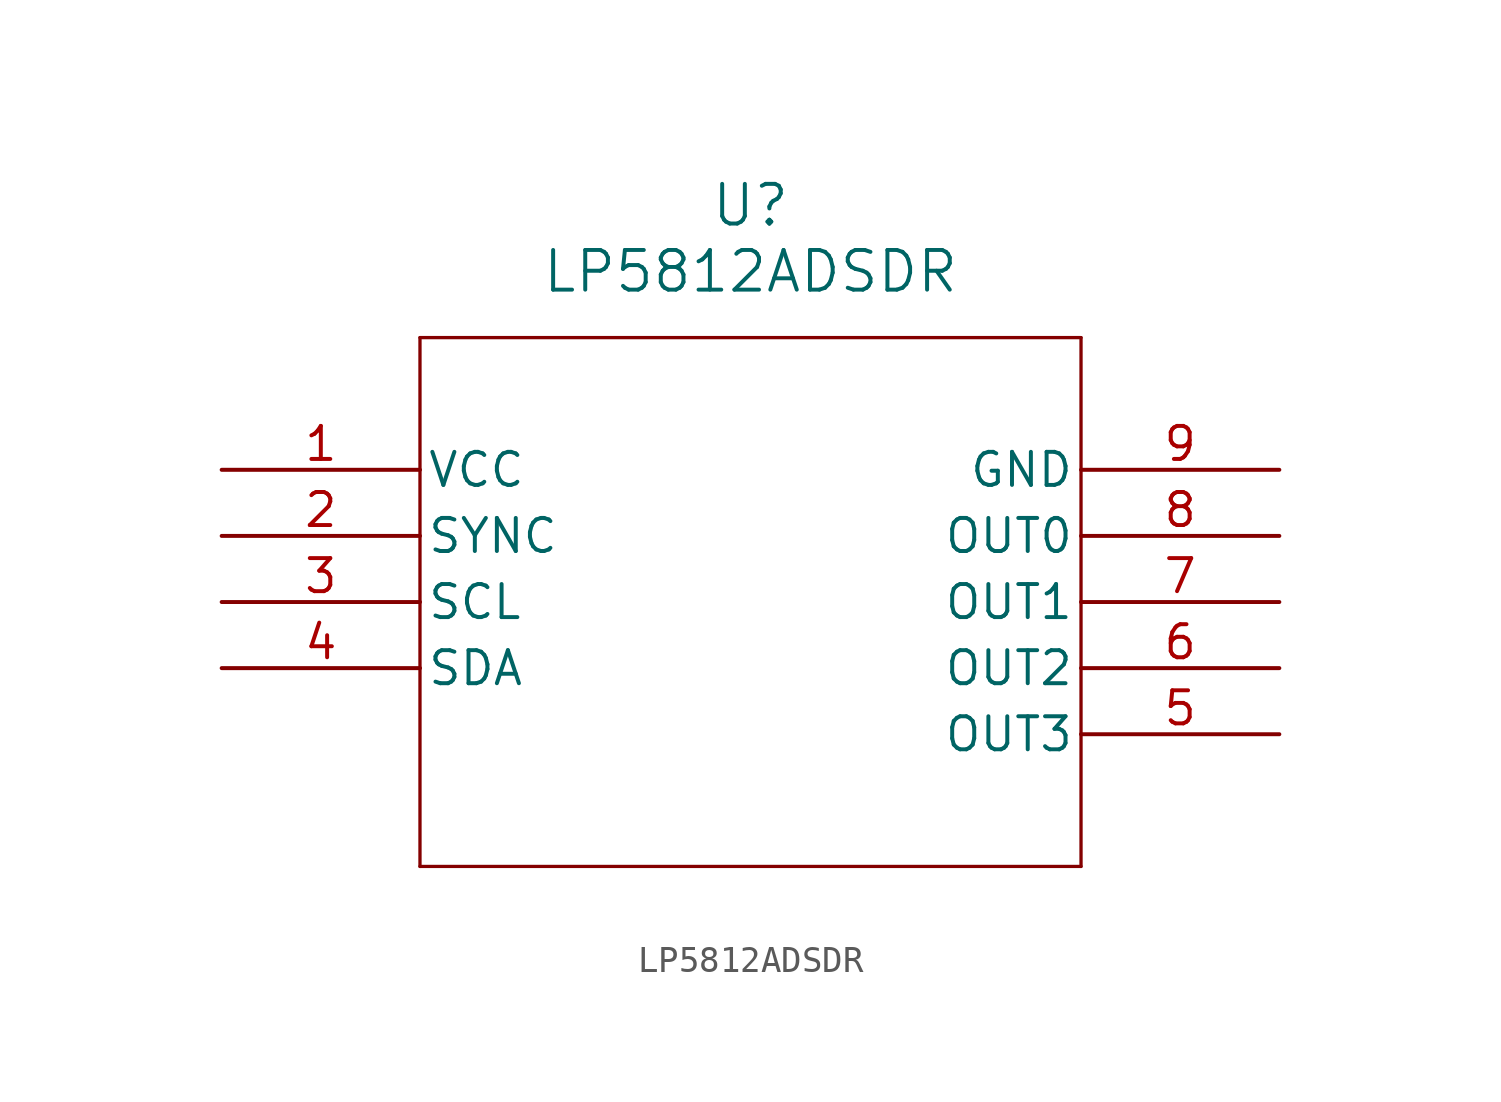
<source format=kicad_sym>
(kicad_symbol_lib
  (version 20211014)
  (generator kicad_symbol_editor)
  (symbol "LP5812ADSDR"
    (pin_names
      (offset 0.254))
    (property "Reference" "U"
      (at 20.32 10.16 0)
      (effects (font (size 1.524 1.524))))
    (property "Value" "LP5812ADSDR"
      (at 20.32 7.62 0)
      (effects (font (size 1.524 1.524))))
    (symbol "LP5812ADSDR_0_1"
      (polyline (pts (xy 7.62 5.08) (xy 7.62 -15.24)) (stroke (width 0.127) (type default) (color 0 0 0 0)) (fill (type none)))
      (polyline (pts (xy 7.62 -15.24) (xy 33.02 -15.24)) (stroke (width 0.127) (type default) (color 0 0 0 0)) (fill (type none)))
      (polyline (pts (xy 33.02 -15.24) (xy 33.02 5.08)) (stroke (width 0.127) (type default) (color 0 0 0 0)) (fill (type none)))
      (polyline (pts (xy 33.02 5.08) (xy 7.62 5.08)) (stroke (width 0.127) (type default) (color 0 0 0 0)) (fill (type none)))
      (pin power_in line (at 0 0 0) (length 7.62) (name "VCC" (effects (font (size 1.27 1.27)))) (number "1" (effects (font (size 1.27 1.27)))))
      (pin bidirectional line (at 0 -2.54 0) (length 7.62) (name "SYNC" (effects (font (size 1.27 1.27)))) (number "2" (effects (font (size 1.27 1.27)))))
      (pin input line (at 0 -5.08 0) (length 7.62) (name "SCL" (effects (font (size 1.27 1.27)))) (number "3" (effects (font (size 1.27 1.27)))))
      (pin bidirectional line (at 0 -7.62 0) (length 7.62) (name "SDA" (effects (font (size 1.27 1.27)))) (number "4" (effects (font (size 1.27 1.27)))))
      (pin output line (at 40.64 -10.16 180) (length 7.62) (name "OUT3" (effects (font (size 1.27 1.27)))) (number "5" (effects (font (size 1.27 1.27)))))
      (pin output line (at 40.64 -7.62 180) (length 7.62) (name "OUT2" (effects (font (size 1.27 1.27)))) (number "6" (effects (font (size 1.27 1.27)))))
      (pin output line (at 40.64 -5.08 180) (length 7.62) (name "OUT1" (effects (font (size 1.27 1.27)))) (number "7" (effects (font (size 1.27 1.27)))))
      (pin output line (at 40.64 -2.54 180) (length 7.62) (name "OUT0" (effects (font (size 1.27 1.27)))) (number "8" (effects (font (size 1.27 1.27)))))
      (pin power_out line (at 40.64 0 180) (length 7.62) (name "GND" (effects (font (size 1.27 1.27)))) (number "9" (effects (font (size 1.27 1.27))))))))
</source>
